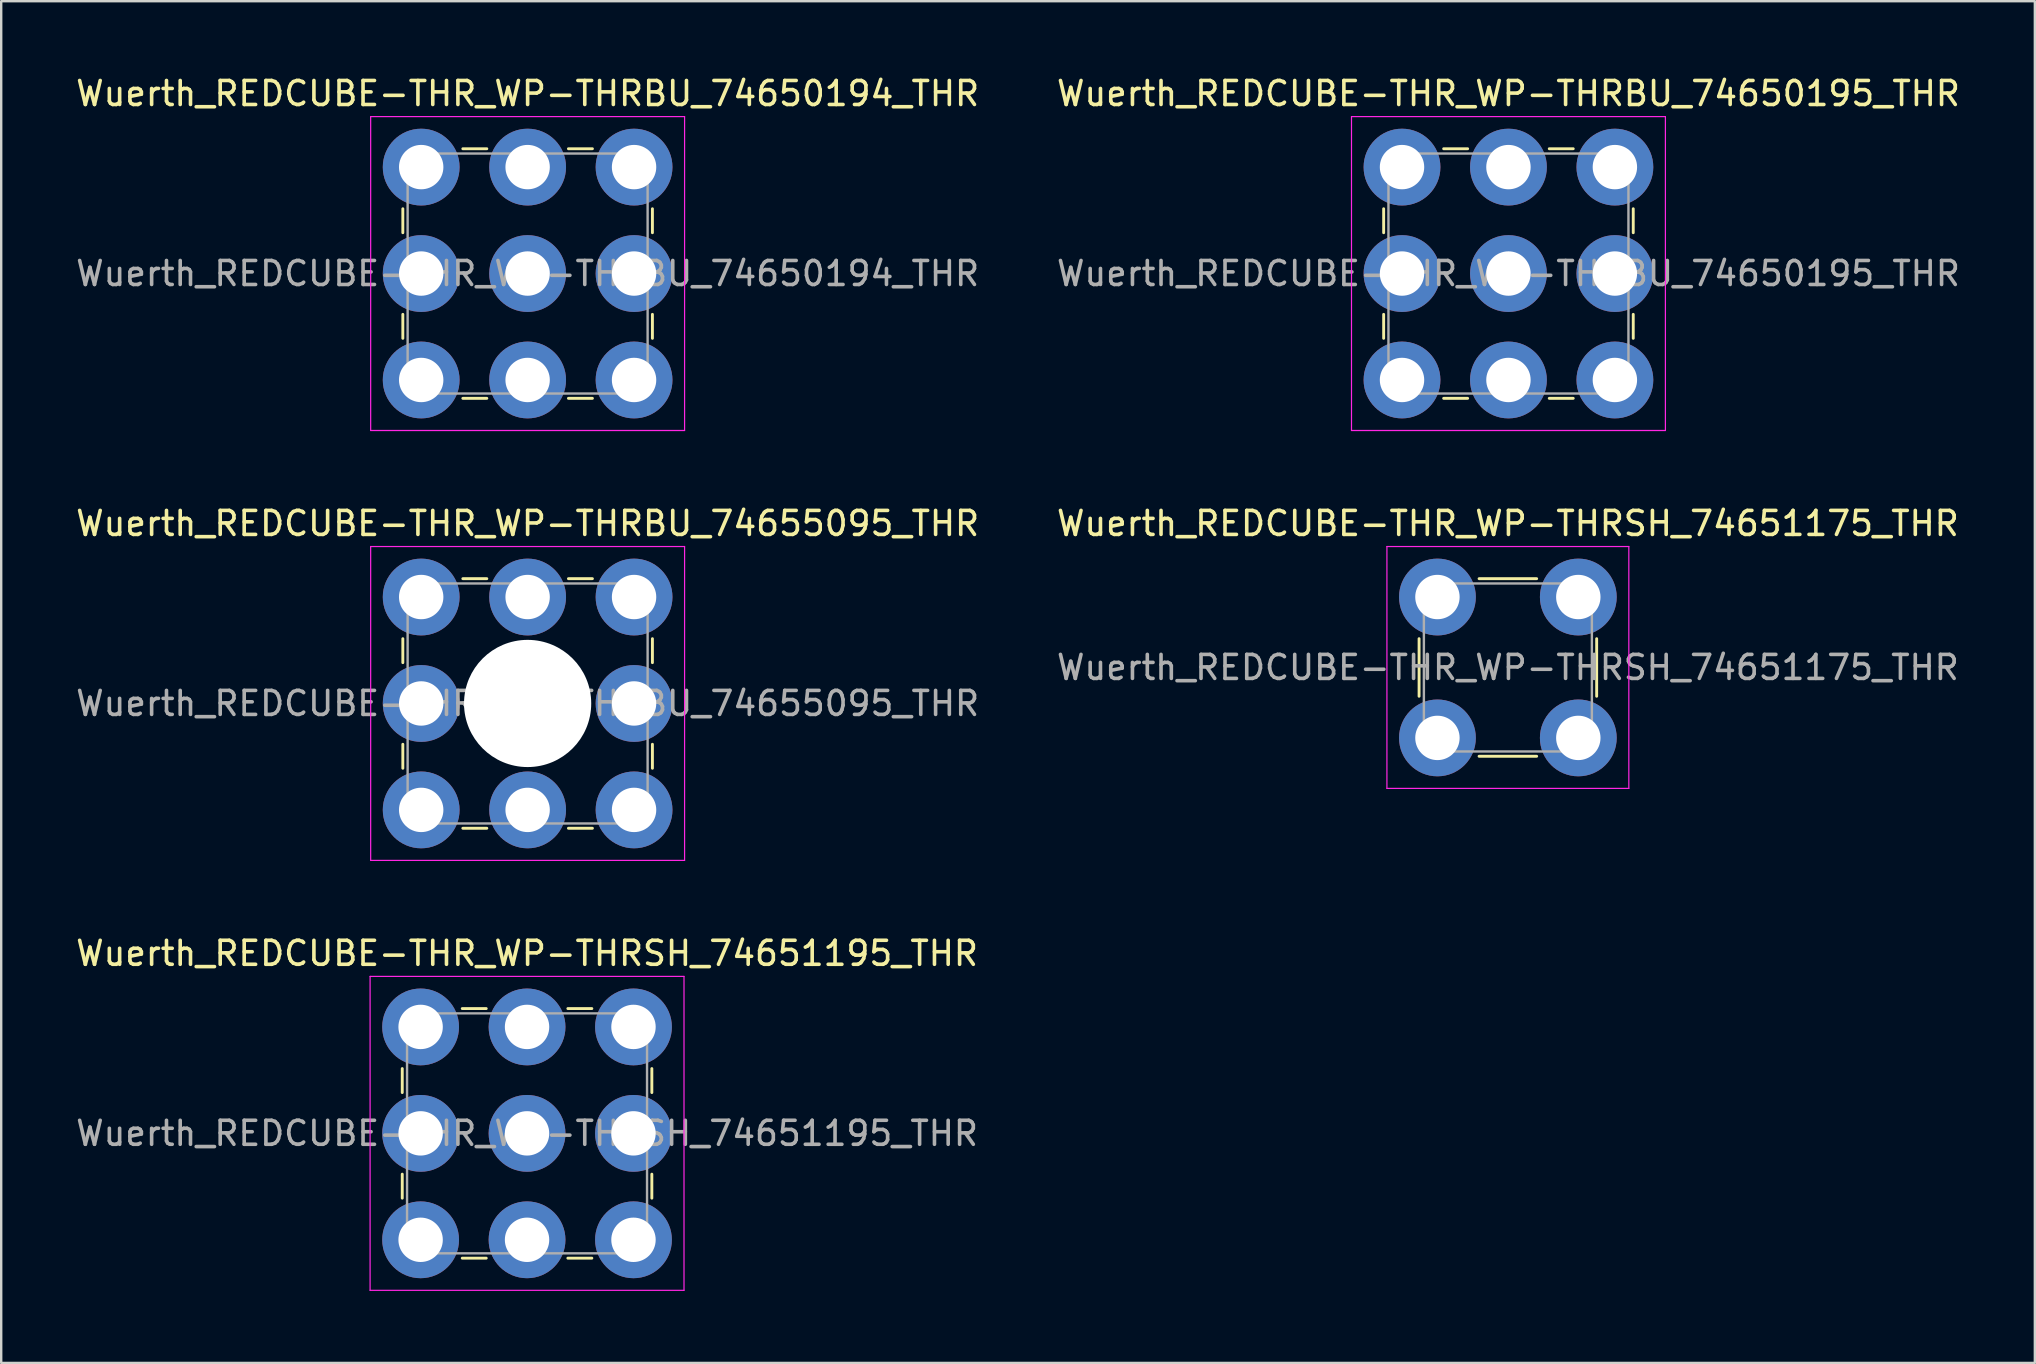
<source format=kicad_pcb>
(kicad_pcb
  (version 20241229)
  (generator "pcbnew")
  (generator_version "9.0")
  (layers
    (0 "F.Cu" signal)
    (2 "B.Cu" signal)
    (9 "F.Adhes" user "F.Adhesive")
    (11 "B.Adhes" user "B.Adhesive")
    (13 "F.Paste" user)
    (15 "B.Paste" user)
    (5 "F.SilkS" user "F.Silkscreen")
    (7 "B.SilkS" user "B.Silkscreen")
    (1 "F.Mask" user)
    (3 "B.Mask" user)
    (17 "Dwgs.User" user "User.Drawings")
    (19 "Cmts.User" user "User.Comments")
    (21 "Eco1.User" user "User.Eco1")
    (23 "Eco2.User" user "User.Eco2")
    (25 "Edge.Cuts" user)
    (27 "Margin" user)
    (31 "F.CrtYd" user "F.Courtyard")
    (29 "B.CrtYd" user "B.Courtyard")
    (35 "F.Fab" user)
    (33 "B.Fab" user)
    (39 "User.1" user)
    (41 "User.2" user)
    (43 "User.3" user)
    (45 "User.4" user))
  (footprint "Wuerth_REDCUBE-THR_WP-THRBU_74655095_THR"
    (layer "F.Cu")
    (at 18.935 26.262)
    (property "Reference" "Wuerth_REDCUBE-THR_WP-THRBU_74655095_THR" (at 0 -7.5 0) (layer "F.SilkS") (effects (font (size 1 1) (thickness 0.15))))
    (attr smd)
    (fp_line (start -5.2 -2.7) (end -5.2 -1.7) (stroke (width 0.12) (type solid)) (layer "F.SilkS"))
    (fp_line (start -5.2 1.7) (end -5.2 2.7) (stroke (width 0.12) (type solid)) (layer "F.SilkS"))
    (fp_line (start -2.7 -5.2) (end -1.7 -5.2) (stroke (width 0.12) (type solid)) (layer "F.SilkS"))
    (fp_line (start -2.7 5.2) (end -1.7 5.2) (stroke (width 0.12) (type solid)) (layer "F.SilkS"))
    (fp_line (start 1.7 -5.2) (end 2.7 -5.2) (stroke (width 0.12) (type solid)) (layer "F.SilkS"))
    (fp_line (start 1.7 5.2) (end 2.7 5.2) (stroke (width 0.12) (type solid)) (layer "F.SilkS"))
    (fp_line (start 5.2 -1.7) (end 5.2 -2.7) (stroke (width 0.12) (type solid)) (layer "F.SilkS"))
    (fp_line (start 5.2 2.7) (end 5.2 1.7) (stroke (width 0.12) (type solid)) (layer "F.SilkS"))
    (fp_line (start -6.54 -6.54) (end 6.54 -6.54) (stroke (width 0.05) (type solid)) (layer "F.CrtYd"))
    (fp_line (start -6.54 6.54) (end -6.54 -6.54) (stroke (width 0.05) (type solid)) (layer "F.CrtYd"))
    (fp_line (start 6.54 -6.54) (end 6.54 6.54) (stroke (width 0.05) (type solid)) (layer "F.CrtYd"))
    (fp_line (start 6.54 6.54) (end -6.54 6.54) (stroke (width 0.05) (type solid)) (layer "F.CrtYd"))
    (fp_line (start -5 -5) (end 5 -5) (stroke (width 0.1) (type solid)) (layer "F.Fab"))
    (fp_line (start -5 5) (end -5 -5) (stroke (width 0.1) (type solid)) (layer "F.Fab"))
    (fp_line (start 5 -5) (end 5 5) (stroke (width 0.1) (type solid)) (layer "F.Fab"))
    (fp_line (start 5 5) (end -5 5) (stroke (width 0.1) (type solid)) (layer "F.Fab"))
    (fp_text user "${REFERENCE}" (at 0 0 0) (layer "F.Fab") (effects (font (size 1 1) (thickness 0.15))))
    (pad "" smd circle (at -4.435 -4.435) (size 3.1 3.1) (layers "F.Paste"))
    (pad "" smd circle (at -4.435 0) (size 3.1 3.1) (layers "F.Paste"))
    (pad "" smd circle (at -4.435 4.435) (size 3.1 3.1) (layers "F.Paste"))
    (pad "" smd circle (at 0 -4.435) (size 3.1 3.1) (layers "F.Paste"))
    (pad "" np_thru_hole circle (at 0 0) (size 5.3 5.3) (drill 5.3) (layers "*.Cu" "*.Mask"))
    (pad "" smd circle (at 0 4.435) (size 3.1 3.1) (layers "F.Paste"))
    (pad "" smd circle (at 4.435 -4.435) (size 3.1 3.1) (layers "F.Paste"))
    (pad "" smd circle (at 4.435 0) (size 3.1 3.1) (layers "F.Paste"))
    (pad "" smd circle (at 4.435 4.435) (size 3.1 3.1) (layers "F.Paste"))
    (pad "1" thru_hole circle (at -4.435 -4.435) (size 3.2 3.2) (drill 1.85) (layers "*.Cu" "*.Mask"))
    (pad "1" thru_hole circle (at -4.435 0) (size 3.2 3.2) (drill 1.85) (layers "*.Cu" "*.Mask"))
    (pad "1" thru_hole circle (at -4.435 4.435) (size 3.2 3.2) (drill 1.85) (layers "*.Cu" "*.Mask"))
    (pad "1" thru_hole circle (at 0 -4.435) (size 3.2 3.2) (drill 1.85) (layers "*.Cu" "*.Mask"))
    (pad "1" thru_hole circle (at 0 4.435) (size 3.2 3.2) (drill 1.85) (layers "*.Cu" "*.Mask"))
    (pad "1" thru_hole circle (at 4.435 -4.435) (size 3.2 3.2) (drill 1.85) (layers "*.Cu" "*.Mask"))
    (pad "1" thru_hole circle (at 4.435 0) (size 3.2 3.2) (drill 1.85) (layers "*.Cu" "*.Mask"))
    (pad "1" thru_hole circle (at 4.435 4.435) (size 3.2 3.2) (drill 1.85) (layers "*.Cu" "*.Mask")))
  (footprint "Wuerth_REDCUBE-THR_WP-THRBU_74650194_THR"
    (layer "F.Cu")
    (at 18.935 8.348)
    (property "Reference" "Wuerth_REDCUBE-THR_WP-THRBU_74650194_THR" (at 0 -7.5 0) (layer "F.SilkS") (effects (font (size 1 1) (thickness 0.15))))
    (attr smd)
    (fp_line (start -5.2 -2.7) (end -5.2 -1.7) (stroke (width 0.12) (type solid)) (layer "F.SilkS"))
    (fp_line (start -5.2 1.7) (end -5.2 2.7) (stroke (width 0.12) (type solid)) (layer "F.SilkS"))
    (fp_line (start -2.7 -5.2) (end -1.7 -5.2) (stroke (width 0.12) (type solid)) (layer "F.SilkS"))
    (fp_line (start -2.7 5.2) (end -1.7 5.2) (stroke (width 0.12) (type solid)) (layer "F.SilkS"))
    (fp_line (start 1.7 -5.2) (end 2.7 -5.2) (stroke (width 0.12) (type solid)) (layer "F.SilkS"))
    (fp_line (start 1.7 5.2) (end 2.7 5.2) (stroke (width 0.12) (type solid)) (layer "F.SilkS"))
    (fp_line (start 5.2 -1.7) (end 5.2 -2.7) (stroke (width 0.12) (type solid)) (layer "F.SilkS"))
    (fp_line (start 5.2 2.7) (end 5.2 1.7) (stroke (width 0.12) (type solid)) (layer "F.SilkS"))
    (fp_line (start -6.54 -6.54) (end 6.54 -6.54) (stroke (width 0.05) (type solid)) (layer "F.CrtYd"))
    (fp_line (start -6.54 6.54) (end -6.54 -6.54) (stroke (width 0.05) (type solid)) (layer "F.CrtYd"))
    (fp_line (start 6.54 -6.54) (end 6.54 6.54) (stroke (width 0.05) (type solid)) (layer "F.CrtYd"))
    (fp_line (start 6.54 6.54) (end -6.54 6.54) (stroke (width 0.05) (type solid)) (layer "F.CrtYd"))
    (fp_line (start -5 -5) (end 5 -5) (stroke (width 0.1) (type solid)) (layer "F.Fab"))
    (fp_line (start -5 5) (end -5 -5) (stroke (width 0.1) (type solid)) (layer "F.Fab"))
    (fp_line (start 5 -5) (end 5 5) (stroke (width 0.1) (type solid)) (layer "F.Fab"))
    (fp_line (start 5 5) (end -5 5) (stroke (width 0.1) (type solid)) (layer "F.Fab"))
    (fp_text user "${REFERENCE}" (at 0 0 0) (layer "F.Fab") (effects (font (size 1 1) (thickness 0.15))))
    (pad "" smd circle (at -4.435 -4.435) (size 3.1 3.1) (layers "F.Paste"))
    (pad "" smd circle (at -4.435 0) (size 3.1 3.1) (layers "F.Paste"))
    (pad "" smd circle (at -4.435 4.435) (size 3.1 3.1) (layers "F.Paste"))
    (pad "" smd circle (at 0 -4.435) (size 3.1 3.1) (layers "F.Paste"))
    (pad "" smd circle (at 0 0) (size 3.1 3.1) (layers "F.Paste"))
    (pad "" smd circle (at 0 4.435) (size 3.1 3.1) (layers "F.Paste"))
    (pad "" smd circle (at 4.435 -4.435) (size 3.1 3.1) (layers "F.Paste"))
    (pad "" smd circle (at 4.435 0) (size 3.1 3.1) (layers "F.Paste"))
    (pad "" smd circle (at 4.435 4.435) (size 3.1 3.1) (layers "F.Paste"))
    (pad "1" thru_hole circle (at -4.435 -4.435) (size 3.2 3.2) (drill 1.85) (layers "*.Cu" "*.Mask"))
    (pad "1" thru_hole circle (at -4.435 0) (size 3.2 3.2) (drill 1.85) (layers "*.Cu" "*.Mask"))
    (pad "1" thru_hole circle (at -4.435 4.435) (size 3.2 3.2) (drill 1.85) (layers "*.Cu" "*.Mask"))
    (pad "1" thru_hole circle (at 0 -4.435) (size 3.2 3.2) (drill 1.85) (layers "*.Cu" "*.Mask"))
    (pad "1" thru_hole circle (at 0 0) (size 3.2 3.2) (drill 1.85) (layers "*.Cu" "*.Mask"))
    (pad "1" thru_hole circle (at 0 4.435) (size 3.2 3.2) (drill 1.85) (layers "*.Cu" "*.Mask"))
    (pad "1" thru_hole circle (at 4.435 -4.435) (size 3.2 3.2) (drill 1.85) (layers "*.Cu" "*.Mask"))
    (pad "1" thru_hole circle (at 4.435 0) (size 3.2 3.2) (drill 1.85) (layers "*.Cu" "*.Mask"))
    (pad "1" thru_hole circle (at 4.435 4.435) (size 3.2 3.2) (drill 1.85) (layers "*.Cu" "*.Mask")))
  (footprint "Wuerth_REDCUBE-THR_WP-THRSH_74651175_THR"
    (layer "F.Cu")
    (at 59.78 24.762)
    (property "Reference" "Wuerth_REDCUBE-THR_WP-THRSH_74651175_THR" (at 0 -6 0) (layer "F.SilkS") (effects (font (size 1 1) (thickness 0.15))))
    (attr smd)
    (fp_line (start -3.7 1.2) (end -3.7 -1.2) (stroke (width 0.12) (type solid)) (layer "F.SilkS"))
    (fp_line (start -1.2 -3.7) (end 1.2 -3.7) (stroke (width 0.12) (type solid)) (layer "F.SilkS"))
    (fp_line (start 1.2 3.7) (end -1.2 3.7) (stroke (width 0.12) (type solid)) (layer "F.SilkS"))
    (fp_line (start 3.7 -1.2) (end 3.7 1.2) (stroke (width 0.12) (type solid)) (layer "F.SilkS"))
    (fp_line (start -5.04 -5.04) (end 5.04 -5.04) (stroke (width 0.05) (type solid)) (layer "F.CrtYd"))
    (fp_line (start -5.04 5.04) (end -5.04 -5.04) (stroke (width 0.05) (type solid)) (layer "F.CrtYd"))
    (fp_line (start 5.04 -5.04) (end 5.04 5.04) (stroke (width 0.05) (type solid)) (layer "F.CrtYd"))
    (fp_line (start 5.04 5.04) (end -5.04 5.04) (stroke (width 0.05) (type solid)) (layer "F.CrtYd"))
    (fp_line (start -3.5 -3.5) (end 3.5 -3.5) (stroke (width 0.1) (type solid)) (layer "F.Fab"))
    (fp_line (start -3.5 3.5) (end -3.5 -3.5) (stroke (width 0.1) (type solid)) (layer "F.Fab"))
    (fp_line (start 3.5 -3.5) (end 3.5 3.5) (stroke (width 0.1) (type solid)) (layer "F.Fab"))
    (fp_line (start 3.5 3.5) (end -3.5 3.5) (stroke (width 0.1) (type solid)) (layer "F.Fab"))
    (fp_text user "${REFERENCE}" (at 0 0 0) (layer "F.Fab") (effects (font (size 1 1) (thickness 0.15))))
    (pad "" smd circle (at -2.935 -2.935) (size 3.1 3.1) (layers "F.Paste"))
    (pad "" smd circle (at -2.935 2.935) (size 3.1 3.1) (layers "F.Paste"))
    (pad "" smd circle (at 2.935 -2.935) (size 3.1 3.1) (layers "F.Paste"))
    (pad "" smd circle (at 2.935 2.935) (size 3.1 3.1) (layers "F.Paste"))
    (pad "1" thru_hole circle (at -2.935 -2.935) (size 3.2 3.2) (drill 1.85) (layers "*.Cu" "*.Mask"))
    (pad "1" thru_hole circle (at -2.935 2.935) (size 3.2 3.2) (drill 1.85) (layers "*.Cu" "*.Mask"))
    (pad "1" thru_hole circle (at 2.935 -2.935) (size 3.2 3.2) (drill 1.85) (layers "*.Cu" "*.Mask"))
    (pad "1" thru_hole circle (at 2.935 2.935) (size 3.2 3.2) (drill 1.85) (layers "*.Cu" "*.Mask")))
  (footprint "Wuerth_REDCUBE-THR_WP-THRSH_74651195_THR"
    (layer "F.Cu")
    (at 18.911 44.175)
    (property "Reference" "Wuerth_REDCUBE-THR_WP-THRSH_74651195_THR" (at 0 -7.5 0) (layer "F.SilkS") (effects (font (size 1 1) (thickness 0.15))))
    (attr smd)
    (fp_line (start -5.2 -2.7) (end -5.2 -1.7) (stroke (width 0.12) (type solid)) (layer "F.SilkS"))
    (fp_line (start -5.2 1.7) (end -5.2 2.7) (stroke (width 0.12) (type solid)) (layer "F.SilkS"))
    (fp_line (start -2.7 -5.2) (end -1.7 -5.2) (stroke (width 0.12) (type solid)) (layer "F.SilkS"))
    (fp_line (start -2.7 5.2) (end -1.7 5.2) (stroke (width 0.12) (type solid)) (layer "F.SilkS"))
    (fp_line (start 1.7 -5.2) (end 2.7 -5.2) (stroke (width 0.12) (type solid)) (layer "F.SilkS"))
    (fp_line (start 1.7 5.2) (end 2.7 5.2) (stroke (width 0.12) (type solid)) (layer "F.SilkS"))
    (fp_line (start 5.2 -1.7) (end 5.2 -2.7) (stroke (width 0.12) (type solid)) (layer "F.SilkS"))
    (fp_line (start 5.2 2.7) (end 5.2 1.7) (stroke (width 0.12) (type solid)) (layer "F.SilkS"))
    (fp_line (start -6.54 -6.54) (end 6.54 -6.54) (stroke (width 0.05) (type solid)) (layer "F.CrtYd"))
    (fp_line (start -6.54 6.54) (end -6.54 -6.54) (stroke (width 0.05) (type solid)) (layer "F.CrtYd"))
    (fp_line (start 6.54 -6.54) (end 6.54 6.54) (stroke (width 0.05) (type solid)) (layer "F.CrtYd"))
    (fp_line (start 6.54 6.54) (end -6.54 6.54) (stroke (width 0.05) (type solid)) (layer "F.CrtYd"))
    (fp_line (start -5 -5) (end 5 -5) (stroke (width 0.1) (type solid)) (layer "F.Fab"))
    (fp_line (start -5 5) (end -5 -5) (stroke (width 0.1) (type solid)) (layer "F.Fab"))
    (fp_line (start 5 -5) (end 5 5) (stroke (width 0.1) (type solid)) (layer "F.Fab"))
    (fp_line (start 5 5) (end -5 5) (stroke (width 0.1) (type solid)) (layer "F.Fab"))
    (fp_text user "${REFERENCE}" (at 0 0 0) (layer "F.Fab") (effects (font (size 1 1) (thickness 0.15))))
    (pad "" smd circle (at -4.435 -4.435) (size 3.1 3.1) (layers "F.Paste"))
    (pad "" smd circle (at -4.435 0) (size 3.1 3.1) (layers "F.Paste"))
    (pad "" smd circle (at -4.435 4.435) (size 3.1 3.1) (layers "F.Paste"))
    (pad "" smd circle (at 0 -4.435) (size 3.1 3.1) (layers "F.Paste"))
    (pad "" smd circle (at 0 0) (size 3.1 3.1) (layers "F.Paste"))
    (pad "" smd circle (at 0 4.435) (size 3.1 3.1) (layers "F.Paste"))
    (pad "" smd circle (at 4.435 -4.435) (size 3.1 3.1) (layers "F.Paste"))
    (pad "" smd circle (at 4.435 0) (size 3.1 3.1) (layers "F.Paste"))
    (pad "" smd circle (at 4.435 4.435) (size 3.1 3.1) (layers "F.Paste"))
    (pad "1" thru_hole circle (at -4.435 -4.435) (size 3.2 3.2) (drill 1.85) (layers "*.Cu" "*.Mask"))
    (pad "1" thru_hole circle (at -4.435 0) (size 3.2 3.2) (drill 1.85) (layers "*.Cu" "*.Mask"))
    (pad "1" thru_hole circle (at -4.435 4.435) (size 3.2 3.2) (drill 1.85) (layers "*.Cu" "*.Mask"))
    (pad "1" thru_hole circle (at 0 -4.435) (size 3.2 3.2) (drill 1.85) (layers "*.Cu" "*.Mask"))
    (pad "1" thru_hole circle (at 0 0) (size 3.2 3.2) (drill 1.85) (layers "*.Cu" "*.Mask"))
    (pad "1" thru_hole circle (at 0 4.435) (size 3.2 3.2) (drill 1.85) (layers "*.Cu" "*.Mask"))
    (pad "1" thru_hole circle (at 4.435 -4.435) (size 3.2 3.2) (drill 1.85) (layers "*.Cu" "*.Mask"))
    (pad "1" thru_hole circle (at 4.435 0) (size 3.2 3.2) (drill 1.85) (layers "*.Cu" "*.Mask"))
    (pad "1" thru_hole circle (at 4.435 4.435) (size 3.2 3.2) (drill 1.85) (layers "*.Cu" "*.Mask")))
  (footprint "Wuerth_REDCUBE-THR_WP-THRBU_74650195_THR"
    (layer "F.Cu")
    (at 59.804 8.348)
    (property "Reference" "Wuerth_REDCUBE-THR_WP-THRBU_74650195_THR" (at 0 -7.5 0) (layer "F.SilkS") (effects (font (size 1 1) (thickness 0.15))))
    (attr smd)
    (fp_line (start -5.2 -2.7) (end -5.2 -1.7) (stroke (width 0.12) (type solid)) (layer "F.SilkS"))
    (fp_line (start -5.2 1.7) (end -5.2 2.7) (stroke (width 0.12) (type solid)) (layer "F.SilkS"))
    (fp_line (start -2.7 -5.2) (end -1.7 -5.2) (stroke (width 0.12) (type solid)) (layer "F.SilkS"))
    (fp_line (start -2.7 5.2) (end -1.7 5.2) (stroke (width 0.12) (type solid)) (layer "F.SilkS"))
    (fp_line (start 1.7 -5.2) (end 2.7 -5.2) (stroke (width 0.12) (type solid)) (layer "F.SilkS"))
    (fp_line (start 1.7 5.2) (end 2.7 5.2) (stroke (width 0.12) (type solid)) (layer "F.SilkS"))
    (fp_line (start 5.2 -1.7) (end 5.2 -2.7) (stroke (width 0.12) (type solid)) (layer "F.SilkS"))
    (fp_line (start 5.2 2.7) (end 5.2 1.7) (stroke (width 0.12) (type solid)) (layer "F.SilkS"))
    (fp_line (start -6.54 -6.54) (end 6.54 -6.54) (stroke (width 0.05) (type solid)) (layer "F.CrtYd"))
    (fp_line (start -6.54 6.54) (end -6.54 -6.54) (stroke (width 0.05) (type solid)) (layer "F.CrtYd"))
    (fp_line (start 6.54 -6.54) (end 6.54 6.54) (stroke (width 0.05) (type solid)) (layer "F.CrtYd"))
    (fp_line (start 6.54 6.54) (end -6.54 6.54) (stroke (width 0.05) (type solid)) (layer "F.CrtYd"))
    (fp_line (start -5 -5) (end 5 -5) (stroke (width 0.1) (type solid)) (layer "F.Fab"))
    (fp_line (start -5 5) (end -5 -5) (stroke (width 0.1) (type solid)) (layer "F.Fab"))
    (fp_line (start 5 -5) (end 5 5) (stroke (width 0.1) (type solid)) (layer "F.Fab"))
    (fp_line (start 5 5) (end -5 5) (stroke (width 0.1) (type solid)) (layer "F.Fab"))
    (fp_text user "${REFERENCE}" (at 0 0 0) (layer "F.Fab") (effects (font (size 1 1) (thickness 0.15))))
    (pad "" smd circle (at -4.435 -4.435) (size 3.1 3.1) (layers "F.Paste"))
    (pad "" smd circle (at -4.435 0) (size 3.1 3.1) (layers "F.Paste"))
    (pad "" smd circle (at -4.435 4.435) (size 3.1 3.1) (layers "F.Paste"))
    (pad "" smd circle (at 0 -4.435) (size 3.1 3.1) (layers "F.Paste"))
    (pad "" smd circle (at 0 0) (size 3.1 3.1) (layers "F.Paste"))
    (pad "" smd circle (at 0 4.435) (size 3.1 3.1) (layers "F.Paste"))
    (pad "" smd circle (at 4.435 -4.435) (size 3.1 3.1) (layers "F.Paste"))
    (pad "" smd circle (at 4.435 0) (size 3.1 3.1) (layers "F.Paste"))
    (pad "" smd circle (at 4.435 4.435) (size 3.1 3.1) (layers "F.Paste"))
    (pad "1" thru_hole circle (at -4.435 -4.435) (size 3.2 3.2) (drill 1.85) (layers "*.Cu" "*.Mask"))
    (pad "1" thru_hole circle (at -4.435 0) (size 3.2 3.2) (drill 1.85) (layers "*.Cu" "*.Mask"))
    (pad "1" thru_hole circle (at -4.435 4.435) (size 3.2 3.2) (drill 1.85) (layers "*.Cu" "*.Mask"))
    (pad "1" thru_hole circle (at 0 -4.435) (size 3.2 3.2) (drill 1.85) (layers "*.Cu" "*.Mask"))
    (pad "1" thru_hole circle (at 0 0) (size 3.2 3.2) (drill 1.85) (layers "*.Cu" "*.Mask"))
    (pad "1" thru_hole circle (at 0 4.435) (size 3.2 3.2) (drill 1.85) (layers "*.Cu" "*.Mask"))
    (pad "1" thru_hole circle (at 4.435 -4.435) (size 3.2 3.2) (drill 1.85) (layers "*.Cu" "*.Mask"))
    (pad "1" thru_hole circle (at 4.435 0) (size 3.2 3.2) (drill 1.85) (layers "*.Cu" "*.Mask"))
    (pad "1" thru_hole circle (at 4.435 4.435) (size 3.2 3.2) (drill 1.85) (layers "*.Cu" "*.Mask")))
  (gr_rect
    (start -3 -3)
    (end 81.738 53.74)
    (stroke (width 0.1) (type default))
    (fill no)
    (layer "Edge.Cuts")))
</source>
